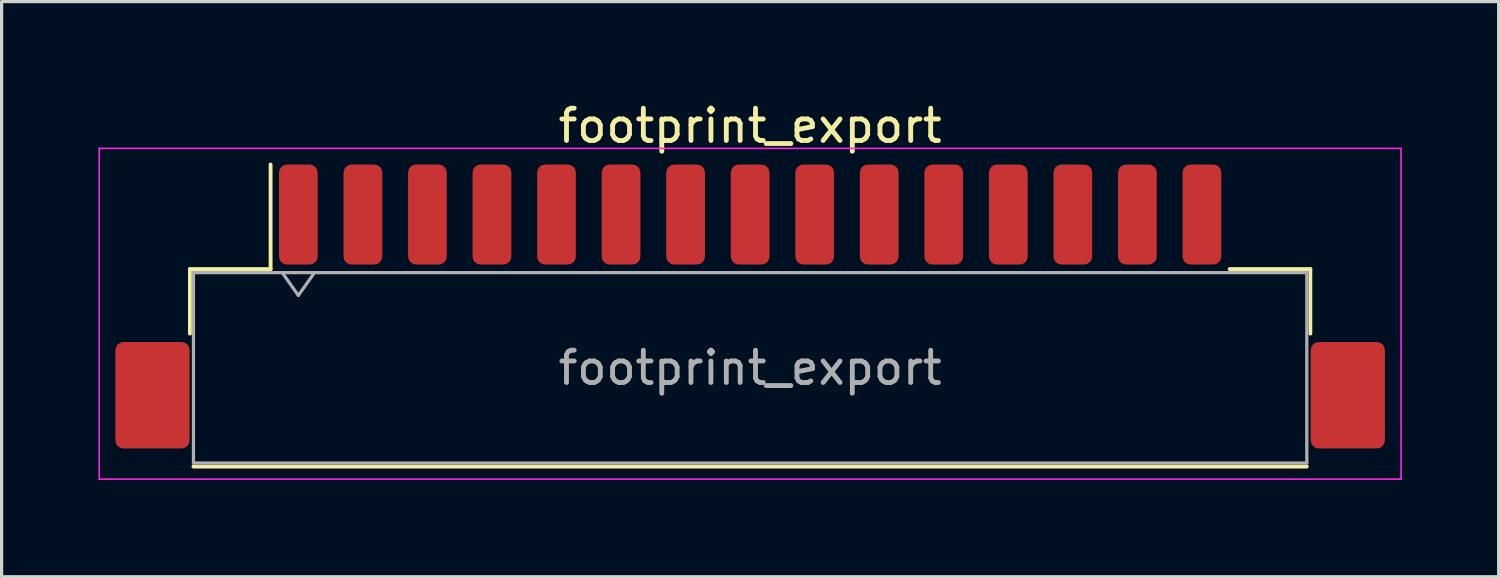
<source format=kicad_pcb>
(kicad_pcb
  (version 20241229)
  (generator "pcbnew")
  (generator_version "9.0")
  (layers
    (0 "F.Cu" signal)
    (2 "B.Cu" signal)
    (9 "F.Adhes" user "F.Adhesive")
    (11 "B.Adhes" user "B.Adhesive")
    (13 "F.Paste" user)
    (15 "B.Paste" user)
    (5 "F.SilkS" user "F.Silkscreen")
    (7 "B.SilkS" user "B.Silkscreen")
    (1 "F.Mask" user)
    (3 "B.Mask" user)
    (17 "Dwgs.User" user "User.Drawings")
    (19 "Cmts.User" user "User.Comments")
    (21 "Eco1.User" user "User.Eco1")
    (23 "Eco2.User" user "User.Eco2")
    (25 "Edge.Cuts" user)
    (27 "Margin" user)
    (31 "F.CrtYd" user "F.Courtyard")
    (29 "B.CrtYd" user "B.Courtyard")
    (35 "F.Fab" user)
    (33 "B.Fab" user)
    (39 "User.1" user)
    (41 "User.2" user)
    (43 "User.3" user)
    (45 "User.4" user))
  (footprint "footprint_export"
    (layer "F.Cu")
    (at 20.195 6.448)
    (property "Reference" "footprint_export" (at 0 -5.6 0) (layer "F.SilkS") (effects (font (size 1 1) (thickness 0.15))))
    (attr smd)
    (fp_line (start -17.36 -1.16) (end -14.86 -1.16) (stroke (width 0.12) (type solid)) (layer "F.SilkS"))
    (fp_line (start -17.36 0.84) (end -17.36 -1.16) (stroke (width 0.12) (type solid)) (layer "F.SilkS"))
    (fp_line (start -17.25 4.96) (end 17.25 4.96) (stroke (width 0.12) (type solid)) (layer "F.SilkS"))
    (fp_line (start -14.86 -1.16) (end -14.86 -4.4) (stroke (width 0.12) (type solid)) (layer "F.SilkS"))
    (fp_line (start 17.36 -1.16) (end 14.86 -1.16) (stroke (width 0.12) (type solid)) (layer "F.SilkS"))
    (fp_line (start 17.36 0.84) (end 17.36 -1.16) (stroke (width 0.12) (type solid)) (layer "F.SilkS"))
    (fp_line (start -20.17 -4.9) (end -20.17 5.35) (stroke (width 0.05) (type solid)) (layer "F.CrtYd"))
    (fp_line (start -20.17 5.35) (end 20.17 5.35) (stroke (width 0.05) (type solid)) (layer "F.CrtYd"))
    (fp_line (start 20.17 -4.9) (end -20.17 -4.9) (stroke (width 0.05) (type solid)) (layer "F.CrtYd"))
    (fp_line (start 20.17 5.35) (end 20.17 -4.9) (stroke (width 0.05) (type solid)) (layer "F.CrtYd"))
    (fp_line (start -17.25 -1.05) (end -17.25 4.85) (stroke (width 0.1) (type solid)) (layer "F.Fab"))
    (fp_line (start -17.25 -1.05) (end 17.25 -1.05) (stroke (width 0.1) (type solid)) (layer "F.Fab"))
    (fp_line (start -17.25 4.85) (end 17.25 4.85) (stroke (width 0.1) (type solid)) (layer "F.Fab"))
    (fp_line (start -14.5 -1.05) (end -14 -0.343) (stroke (width 0.1) (type solid)) (layer "F.Fab"))
    (fp_line (start -14 -0.343) (end -13.5 -1.05) (stroke (width 0.1) (type solid)) (layer "F.Fab"))
    (fp_line (start 17.25 -1.05) (end 17.25 4.85) (stroke (width 0.1) (type solid)) (layer "F.Fab"))
    (fp_text user "${REFERENCE}" (at 0 1.9 0) (layer "F.Fab") (effects (font (size 1 1) (thickness 0.15))))
    (pad "1" smd roundrect (at -14 -2.85) (size 1.2 3.1) (layers "F.Cu" "F.Mask" "F.Paste") (roundrect_rratio 0.208))
    (pad "2" smd roundrect (at -12 -2.85) (size 1.2 3.1) (layers "F.Cu" "F.Mask" "F.Paste") (roundrect_rratio 0.208))
    (pad "3" smd roundrect (at -10 -2.85) (size 1.2 3.1) (layers "F.Cu" "F.Mask" "F.Paste") (roundrect_rratio 0.208))
    (pad "4" smd roundrect (at -8 -2.85) (size 1.2 3.1) (layers "F.Cu" "F.Mask" "F.Paste") (roundrect_rratio 0.208))
    (pad "5" smd roundrect (at -6 -2.85) (size 1.2 3.1) (layers "F.Cu" "F.Mask" "F.Paste") (roundrect_rratio 0.208))
    (pad "6" smd roundrect (at -4 -2.85) (size 1.2 3.1) (layers "F.Cu" "F.Mask" "F.Paste") (roundrect_rratio 0.208))
    (pad "7" smd roundrect (at -2 -2.85) (size 1.2 3.1) (layers "F.Cu" "F.Mask" "F.Paste") (roundrect_rratio 0.208))
    (pad "8" smd roundrect (at 0 -2.85) (size 1.2 3.1) (layers "F.Cu" "F.Mask" "F.Paste") (roundrect_rratio 0.208))
    (pad "9" smd roundrect (at 2 -2.85) (size 1.2 3.1) (layers "F.Cu" "F.Mask" "F.Paste") (roundrect_rratio 0.208))
    (pad "10" smd roundrect (at 4 -2.85) (size 1.2 3.1) (layers "F.Cu" "F.Mask" "F.Paste") (roundrect_rratio 0.208))
    (pad "11" smd roundrect (at 6 -2.85) (size 1.2 3.1) (layers "F.Cu" "F.Mask" "F.Paste") (roundrect_rratio 0.208))
    (pad "12" smd roundrect (at 8 -2.85) (size 1.2 3.1) (layers "F.Cu" "F.Mask" "F.Paste") (roundrect_rratio 0.208))
    (pad "13" smd roundrect (at 10 -2.85) (size 1.2 3.1) (layers "F.Cu" "F.Mask" "F.Paste") (roundrect_rratio 0.208))
    (pad "14" smd roundrect (at 12 -2.85) (size 1.2 3.1) (layers "F.Cu" "F.Mask" "F.Paste") (roundrect_rratio 0.208))
    (pad "15" smd roundrect (at 14 -2.85) (size 1.2 3.1) (layers "F.Cu" "F.Mask" "F.Paste") (roundrect_rratio 0.208))
    (pad "MP" smd roundrect (at -18.52 2.75) (size 2.3 3.3) (layers "F.Cu" "F.Mask" "F.Paste") (roundrect_rratio 0.109))
    (pad "MP" smd roundrect (at 18.52 2.75) (size 2.3 3.3) (layers "F.Cu" "F.Mask" "F.Paste") (roundrect_rratio 0.109)))
  (gr_rect
    (start -3 -3)
    (end 43.39 14.823)
    (stroke (width 0.1) (type default))
    (fill no)
    (layer "Edge.Cuts")))
</source>
